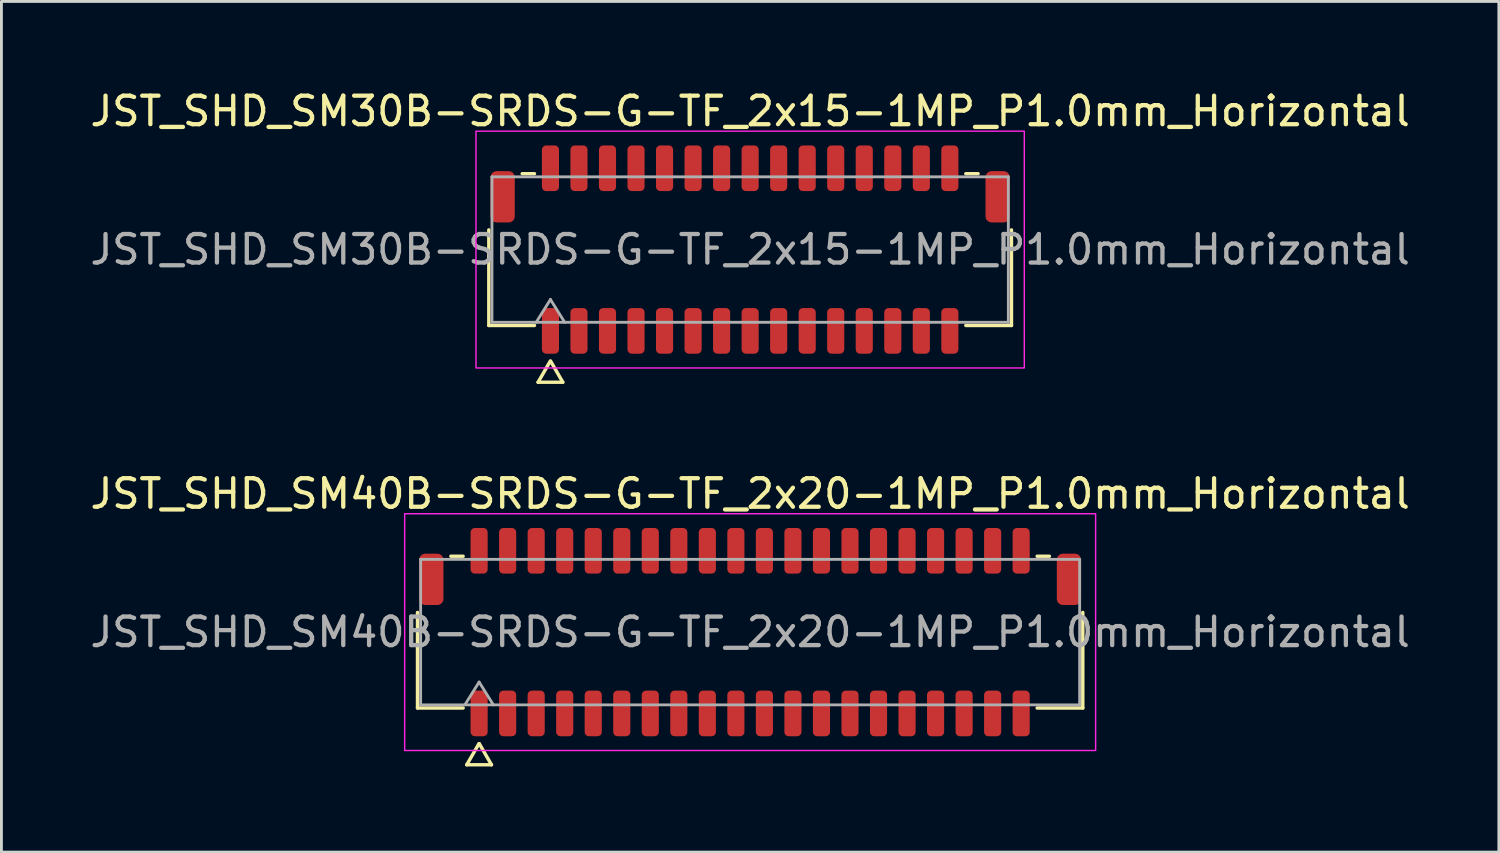
<source format=kicad_pcb>
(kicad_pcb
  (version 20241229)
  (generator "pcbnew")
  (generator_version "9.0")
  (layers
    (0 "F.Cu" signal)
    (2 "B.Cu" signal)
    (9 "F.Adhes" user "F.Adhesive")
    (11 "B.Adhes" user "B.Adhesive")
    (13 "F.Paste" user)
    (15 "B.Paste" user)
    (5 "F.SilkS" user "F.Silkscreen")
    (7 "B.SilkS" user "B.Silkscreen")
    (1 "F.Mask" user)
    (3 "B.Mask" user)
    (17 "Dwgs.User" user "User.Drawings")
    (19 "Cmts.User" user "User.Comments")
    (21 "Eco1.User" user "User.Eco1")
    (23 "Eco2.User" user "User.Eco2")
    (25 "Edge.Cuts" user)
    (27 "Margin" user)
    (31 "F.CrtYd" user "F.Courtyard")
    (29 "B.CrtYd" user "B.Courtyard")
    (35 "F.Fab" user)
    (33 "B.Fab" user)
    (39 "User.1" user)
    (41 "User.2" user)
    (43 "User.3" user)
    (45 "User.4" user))
  (footprint "JST_SHD_SM30B-SRDS-G-TF_2x15-1MP_P1.0mm_Horizontal"
    (layer "F.Cu")
    (at 23.244 5.698)
    (property "Reference" "JST_SHD_SM30B-SRDS-G-TF_2x15-1MP_P1.0mm_Horizontal" (at 0 -4.85 0) (layer "F.SilkS") (effects (font (size 1 1) (thickness 0.15))))
    (attr smd)
    (fp_line (start -9.16 2.66) (end -9.16 -0.69) (stroke (width 0.12) (type solid)) (layer "F.SilkS"))
    (fp_line (start -7.99 -2.66) (end -7.56 -2.66) (stroke (width 0.12) (type solid)) (layer "F.SilkS"))
    (fp_line (start -7.56 2.66) (end -9.16 2.66) (stroke (width 0.12) (type solid)) (layer "F.SilkS"))
    (fp_line (start -7.433 4.65) (end -7.006 3.91) (stroke (width 0.12) (type solid)) (layer "F.SilkS"))
    (fp_line (start -6.994 3.91) (end -6.567 4.65) (stroke (width 0.12) (type solid)) (layer "F.SilkS"))
    (fp_line (start -6.567 4.65) (end -7.433 4.65) (stroke (width 0.12) (type solid)) (layer "F.SilkS"))
    (fp_line (start 7.56 -2.66) (end 7.99 -2.66) (stroke (width 0.12) (type solid)) (layer "F.SilkS"))
    (fp_line (start 9.16 -0.69) (end 9.16 2.66) (stroke (width 0.12) (type solid)) (layer "F.SilkS"))
    (fp_line (start 9.16 2.66) (end 7.56 2.66) (stroke (width 0.12) (type solid)) (layer "F.SilkS"))
    (fp_rect (start -9.61 -4.15) (end 9.61 4.15) (stroke (width 0.05) (type solid)) (fill no) (layer "F.CrtYd"))
    (fp_line (start -9.05 -2.55) (end 9.05 -2.55) (stroke (width 0.1) (type solid)) (layer "F.Fab"))
    (fp_line (start -9.05 2.55) (end -9.05 -2.55) (stroke (width 0.1) (type solid)) (layer "F.Fab"))
    (fp_line (start -7.5 2.55) (end -7 1.75) (stroke (width 0.1) (type solid)) (layer "F.Fab"))
    (fp_line (start -7 1.75) (end -6.5 2.55) (stroke (width 0.1) (type solid)) (layer "F.Fab"))
    (fp_line (start 9.05 -2.55) (end 9.05 2.55) (stroke (width 0.1) (type solid)) (layer "F.Fab"))
    (fp_line (start 9.05 2.55) (end -9.05 2.55) (stroke (width 0.1) (type solid)) (layer "F.Fab"))
    (fp_text user "${REFERENCE}" (at 0 0 0) (layer "F.Fab") (effects (font (size 1 1) (thickness 0.15))))
    (pad "1" smd roundrect (at -7 2.85) (size 0.6 1.6) (layers "F.Cu" "F.Mask" "F.Paste") (roundrect_rratio 0.25))
    (pad "2" smd roundrect (at -7 -2.85) (size 0.6 1.6) (layers "F.Cu" "F.Mask" "F.Paste") (roundrect_rratio 0.25))
    (pad "3" smd roundrect (at -6 2.85) (size 0.6 1.6) (layers "F.Cu" "F.Mask" "F.Paste") (roundrect_rratio 0.25))
    (pad "4" smd roundrect (at -6 -2.85) (size 0.6 1.6) (layers "F.Cu" "F.Mask" "F.Paste") (roundrect_rratio 0.25))
    (pad "5" smd roundrect (at -5 2.85) (size 0.6 1.6) (layers "F.Cu" "F.Mask" "F.Paste") (roundrect_rratio 0.25))
    (pad "6" smd roundrect (at -5 -2.85) (size 0.6 1.6) (layers "F.Cu" "F.Mask" "F.Paste") (roundrect_rratio 0.25))
    (pad "7" smd roundrect (at -4 2.85) (size 0.6 1.6) (layers "F.Cu" "F.Mask" "F.Paste") (roundrect_rratio 0.25))
    (pad "8" smd roundrect (at -4 -2.85) (size 0.6 1.6) (layers "F.Cu" "F.Mask" "F.Paste") (roundrect_rratio 0.25))
    (pad "9" smd roundrect (at -3 2.85) (size 0.6 1.6) (layers "F.Cu" "F.Mask" "F.Paste") (roundrect_rratio 0.25))
    (pad "10" smd roundrect (at -3 -2.85) (size 0.6 1.6) (layers "F.Cu" "F.Mask" "F.Paste") (roundrect_rratio 0.25))
    (pad "11" smd roundrect (at -2 2.85) (size 0.6 1.6) (layers "F.Cu" "F.Mask" "F.Paste") (roundrect_rratio 0.25))
    (pad "12" smd roundrect (at -2 -2.85) (size 0.6 1.6) (layers "F.Cu" "F.Mask" "F.Paste") (roundrect_rratio 0.25))
    (pad "13" smd roundrect (at -1 2.85) (size 0.6 1.6) (layers "F.Cu" "F.Mask" "F.Paste") (roundrect_rratio 0.25))
    (pad "14" smd roundrect (at -1 -2.85) (size 0.6 1.6) (layers "F.Cu" "F.Mask" "F.Paste") (roundrect_rratio 0.25))
    (pad "15" smd roundrect (at 0 2.85) (size 0.6 1.6) (layers "F.Cu" "F.Mask" "F.Paste") (roundrect_rratio 0.25))
    (pad "16" smd roundrect (at 0 -2.85) (size 0.6 1.6) (layers "F.Cu" "F.Mask" "F.Paste") (roundrect_rratio 0.25))
    (pad "17" smd roundrect (at 1 2.85) (size 0.6 1.6) (layers "F.Cu" "F.Mask" "F.Paste") (roundrect_rratio 0.25))
    (pad "18" smd roundrect (at 1 -2.85) (size 0.6 1.6) (layers "F.Cu" "F.Mask" "F.Paste") (roundrect_rratio 0.25))
    (pad "19" smd roundrect (at 2 2.85) (size 0.6 1.6) (layers "F.Cu" "F.Mask" "F.Paste") (roundrect_rratio 0.25))
    (pad "20" smd roundrect (at 2 -2.85) (size 0.6 1.6) (layers "F.Cu" "F.Mask" "F.Paste") (roundrect_rratio 0.25))
    (pad "21" smd roundrect (at 3 2.85) (size 0.6 1.6) (layers "F.Cu" "F.Mask" "F.Paste") (roundrect_rratio 0.25))
    (pad "22" smd roundrect (at 3 -2.85) (size 0.6 1.6) (layers "F.Cu" "F.Mask" "F.Paste") (roundrect_rratio 0.25))
    (pad "23" smd roundrect (at 4 2.85) (size 0.6 1.6) (layers "F.Cu" "F.Mask" "F.Paste") (roundrect_rratio 0.25))
    (pad "24" smd roundrect (at 4 -2.85) (size 0.6 1.6) (layers "F.Cu" "F.Mask" "F.Paste") (roundrect_rratio 0.25))
    (pad "25" smd roundrect (at 5 2.85) (size 0.6 1.6) (layers "F.Cu" "F.Mask" "F.Paste") (roundrect_rratio 0.25))
    (pad "26" smd roundrect (at 5 -2.85) (size 0.6 1.6) (layers "F.Cu" "F.Mask" "F.Paste") (roundrect_rratio 0.25))
    (pad "27" smd roundrect (at 6 2.85) (size 0.6 1.6) (layers "F.Cu" "F.Mask" "F.Paste") (roundrect_rratio 0.25))
    (pad "28" smd roundrect (at 6 -2.85) (size 0.6 1.6) (layers "F.Cu" "F.Mask" "F.Paste") (roundrect_rratio 0.25))
    (pad "29" smd roundrect (at 7 2.85) (size 0.6 1.6) (layers "F.Cu" "F.Mask" "F.Paste") (roundrect_rratio 0.25))
    (pad "30" smd roundrect (at 7 -2.85) (size 0.6 1.6) (layers "F.Cu" "F.Mask" "F.Paste") (roundrect_rratio 0.25))
    (pad "MP" smd roundrect (at -8.675 -1.85) (size 0.85 1.8) (layers "F.Cu" "F.Mask" "F.Paste") (roundrect_rratio 0.25))
    (pad "MP" smd roundrect (at 8.675 -1.85) (size 0.85 1.8) (layers "F.Cu" "F.Mask" "F.Paste") (roundrect_rratio 0.25)))
  (footprint "JST_SHD_SM40B-SRDS-G-TF_2x20-1MP_P1.0mm_Horizontal"
    (layer "F.Cu")
    (at 23.244 19.107)
    (property "Reference" "JST_SHD_SM40B-SRDS-G-TF_2x20-1MP_P1.0mm_Horizontal" (at 0 -4.85 0) (layer "F.SilkS") (effects (font (size 1 1) (thickness 0.15))))
    (attr smd)
    (fp_line (start -11.66 2.66) (end -11.66 -0.69) (stroke (width 0.12) (type solid)) (layer "F.SilkS"))
    (fp_line (start -10.49 -2.66) (end -10.06 -2.66) (stroke (width 0.12) (type solid)) (layer "F.SilkS"))
    (fp_line (start -10.06 2.66) (end -11.66 2.66) (stroke (width 0.12) (type solid)) (layer "F.SilkS"))
    (fp_line (start -9.933 4.65) (end -9.506 3.91) (stroke (width 0.12) (type solid)) (layer "F.SilkS"))
    (fp_line (start -9.494 3.91) (end -9.067 4.65) (stroke (width 0.12) (type solid)) (layer "F.SilkS"))
    (fp_line (start -9.067 4.65) (end -9.933 4.65) (stroke (width 0.12) (type solid)) (layer "F.SilkS"))
    (fp_line (start 10.06 -2.66) (end 10.49 -2.66) (stroke (width 0.12) (type solid)) (layer "F.SilkS"))
    (fp_line (start 11.66 -0.69) (end 11.66 2.66) (stroke (width 0.12) (type solid)) (layer "F.SilkS"))
    (fp_line (start 11.66 2.66) (end 10.06 2.66) (stroke (width 0.12) (type solid)) (layer "F.SilkS"))
    (fp_rect (start -12.11 -4.15) (end 12.11 4.15) (stroke (width 0.05) (type solid)) (fill no) (layer "F.CrtYd"))
    (fp_line (start -11.55 -2.55) (end 11.55 -2.55) (stroke (width 0.1) (type solid)) (layer "F.Fab"))
    (fp_line (start -11.55 2.55) (end -11.55 -2.55) (stroke (width 0.1) (type solid)) (layer "F.Fab"))
    (fp_line (start -10 2.55) (end -9.5 1.75) (stroke (width 0.1) (type solid)) (layer "F.Fab"))
    (fp_line (start -9.5 1.75) (end -9 2.55) (stroke (width 0.1) (type solid)) (layer "F.Fab"))
    (fp_line (start 11.55 -2.55) (end 11.55 2.55) (stroke (width 0.1) (type solid)) (layer "F.Fab"))
    (fp_line (start 11.55 2.55) (end -11.55 2.55) (stroke (width 0.1) (type solid)) (layer "F.Fab"))
    (fp_text user "${REFERENCE}" (at 0 0 0) (layer "F.Fab") (effects (font (size 1 1) (thickness 0.15))))
    (pad "1" smd roundrect (at -9.5 2.85) (size 0.6 1.6) (layers "F.Cu" "F.Mask" "F.Paste") (roundrect_rratio 0.25))
    (pad "2" smd roundrect (at -9.5 -2.85) (size 0.6 1.6) (layers "F.Cu" "F.Mask" "F.Paste") (roundrect_rratio 0.25))
    (pad "3" smd roundrect (at -8.5 2.85) (size 0.6 1.6) (layers "F.Cu" "F.Mask" "F.Paste") (roundrect_rratio 0.25))
    (pad "4" smd roundrect (at -8.5 -2.85) (size 0.6 1.6) (layers "F.Cu" "F.Mask" "F.Paste") (roundrect_rratio 0.25))
    (pad "5" smd roundrect (at -7.5 2.85) (size 0.6 1.6) (layers "F.Cu" "F.Mask" "F.Paste") (roundrect_rratio 0.25))
    (pad "6" smd roundrect (at -7.5 -2.85) (size 0.6 1.6) (layers "F.Cu" "F.Mask" "F.Paste") (roundrect_rratio 0.25))
    (pad "7" smd roundrect (at -6.5 2.85) (size 0.6 1.6) (layers "F.Cu" "F.Mask" "F.Paste") (roundrect_rratio 0.25))
    (pad "8" smd roundrect (at -6.5 -2.85) (size 0.6 1.6) (layers "F.Cu" "F.Mask" "F.Paste") (roundrect_rratio 0.25))
    (pad "9" smd roundrect (at -5.5 2.85) (size 0.6 1.6) (layers "F.Cu" "F.Mask" "F.Paste") (roundrect_rratio 0.25))
    (pad "10" smd roundrect (at -5.5 -2.85) (size 0.6 1.6) (layers "F.Cu" "F.Mask" "F.Paste") (roundrect_rratio 0.25))
    (pad "11" smd roundrect (at -4.5 2.85) (size 0.6 1.6) (layers "F.Cu" "F.Mask" "F.Paste") (roundrect_rratio 0.25))
    (pad "12" smd roundrect (at -4.5 -2.85) (size 0.6 1.6) (layers "F.Cu" "F.Mask" "F.Paste") (roundrect_rratio 0.25))
    (pad "13" smd roundrect (at -3.5 2.85) (size 0.6 1.6) (layers "F.Cu" "F.Mask" "F.Paste") (roundrect_rratio 0.25))
    (pad "14" smd roundrect (at -3.5 -2.85) (size 0.6 1.6) (layers "F.Cu" "F.Mask" "F.Paste") (roundrect_rratio 0.25))
    (pad "15" smd roundrect (at -2.5 2.85) (size 0.6 1.6) (layers "F.Cu" "F.Mask" "F.Paste") (roundrect_rratio 0.25))
    (pad "16" smd roundrect (at -2.5 -2.85) (size 0.6 1.6) (layers "F.Cu" "F.Mask" "F.Paste") (roundrect_rratio 0.25))
    (pad "17" smd roundrect (at -1.5 2.85) (size 0.6 1.6) (layers "F.Cu" "F.Mask" "F.Paste") (roundrect_rratio 0.25))
    (pad "18" smd roundrect (at -1.5 -2.85) (size 0.6 1.6) (layers "F.Cu" "F.Mask" "F.Paste") (roundrect_rratio 0.25))
    (pad "19" smd roundrect (at -0.5 2.85) (size 0.6 1.6) (layers "F.Cu" "F.Mask" "F.Paste") (roundrect_rratio 0.25))
    (pad "20" smd roundrect (at -0.5 -2.85) (size 0.6 1.6) (layers "F.Cu" "F.Mask" "F.Paste") (roundrect_rratio 0.25))
    (pad "21" smd roundrect (at 0.5 2.85) (size 0.6 1.6) (layers "F.Cu" "F.Mask" "F.Paste") (roundrect_rratio 0.25))
    (pad "22" smd roundrect (at 0.5 -2.85) (size 0.6 1.6) (layers "F.Cu" "F.Mask" "F.Paste") (roundrect_rratio 0.25))
    (pad "23" smd roundrect (at 1.5 2.85) (size 0.6 1.6) (layers "F.Cu" "F.Mask" "F.Paste") (roundrect_rratio 0.25))
    (pad "24" smd roundrect (at 1.5 -2.85) (size 0.6 1.6) (layers "F.Cu" "F.Mask" "F.Paste") (roundrect_rratio 0.25))
    (pad "25" smd roundrect (at 2.5 2.85) (size 0.6 1.6) (layers "F.Cu" "F.Mask" "F.Paste") (roundrect_rratio 0.25))
    (pad "26" smd roundrect (at 2.5 -2.85) (size 0.6 1.6) (layers "F.Cu" "F.Mask" "F.Paste") (roundrect_rratio 0.25))
    (pad "27" smd roundrect (at 3.5 2.85) (size 0.6 1.6) (layers "F.Cu" "F.Mask" "F.Paste") (roundrect_rratio 0.25))
    (pad "28" smd roundrect (at 3.5 -2.85) (size 0.6 1.6) (layers "F.Cu" "F.Mask" "F.Paste") (roundrect_rratio 0.25))
    (pad "29" smd roundrect (at 4.5 2.85) (size 0.6 1.6) (layers "F.Cu" "F.Mask" "F.Paste") (roundrect_rratio 0.25))
    (pad "30" smd roundrect (at 4.5 -2.85) (size 0.6 1.6) (layers "F.Cu" "F.Mask" "F.Paste") (roundrect_rratio 0.25))
    (pad "31" smd roundrect (at 5.5 2.85) (size 0.6 1.6) (layers "F.Cu" "F.Mask" "F.Paste") (roundrect_rratio 0.25))
    (pad "32" smd roundrect (at 5.5 -2.85) (size 0.6 1.6) (layers "F.Cu" "F.Mask" "F.Paste") (roundrect_rratio 0.25))
    (pad "33" smd roundrect (at 6.5 2.85) (size 0.6 1.6) (layers "F.Cu" "F.Mask" "F.Paste") (roundrect_rratio 0.25))
    (pad "34" smd roundrect (at 6.5 -2.85) (size 0.6 1.6) (layers "F.Cu" "F.Mask" "F.Paste") (roundrect_rratio 0.25))
    (pad "35" smd roundrect (at 7.5 2.85) (size 0.6 1.6) (layers "F.Cu" "F.Mask" "F.Paste") (roundrect_rratio 0.25))
    (pad "36" smd roundrect (at 7.5 -2.85) (size 0.6 1.6) (layers "F.Cu" "F.Mask" "F.Paste") (roundrect_rratio 0.25))
    (pad "37" smd roundrect (at 8.5 2.85) (size 0.6 1.6) (layers "F.Cu" "F.Mask" "F.Paste") (roundrect_rratio 0.25))
    (pad "38" smd roundrect (at 8.5 -2.85) (size 0.6 1.6) (layers "F.Cu" "F.Mask" "F.Paste") (roundrect_rratio 0.25))
    (pad "39" smd roundrect (at 9.5 2.85) (size 0.6 1.6) (layers "F.Cu" "F.Mask" "F.Paste") (roundrect_rratio 0.25))
    (pad "40" smd roundrect (at 9.5 -2.85) (size 0.6 1.6) (layers "F.Cu" "F.Mask" "F.Paste") (roundrect_rratio 0.25))
    (pad "MP" smd roundrect (at -11.175 -1.85) (size 0.85 1.8) (layers "F.Cu" "F.Mask" "F.Paste") (roundrect_rratio 0.25))
    (pad "MP" smd roundrect (at 11.175 -1.85) (size 0.85 1.8) (layers "F.Cu" "F.Mask" "F.Paste") (roundrect_rratio 0.25)))
  (gr_rect
    (start -3 -3)
    (end 49.488 26.817)
    (stroke (width 0.1) (type default))
    (fill no)
    (layer "Edge.Cuts")))
</source>
